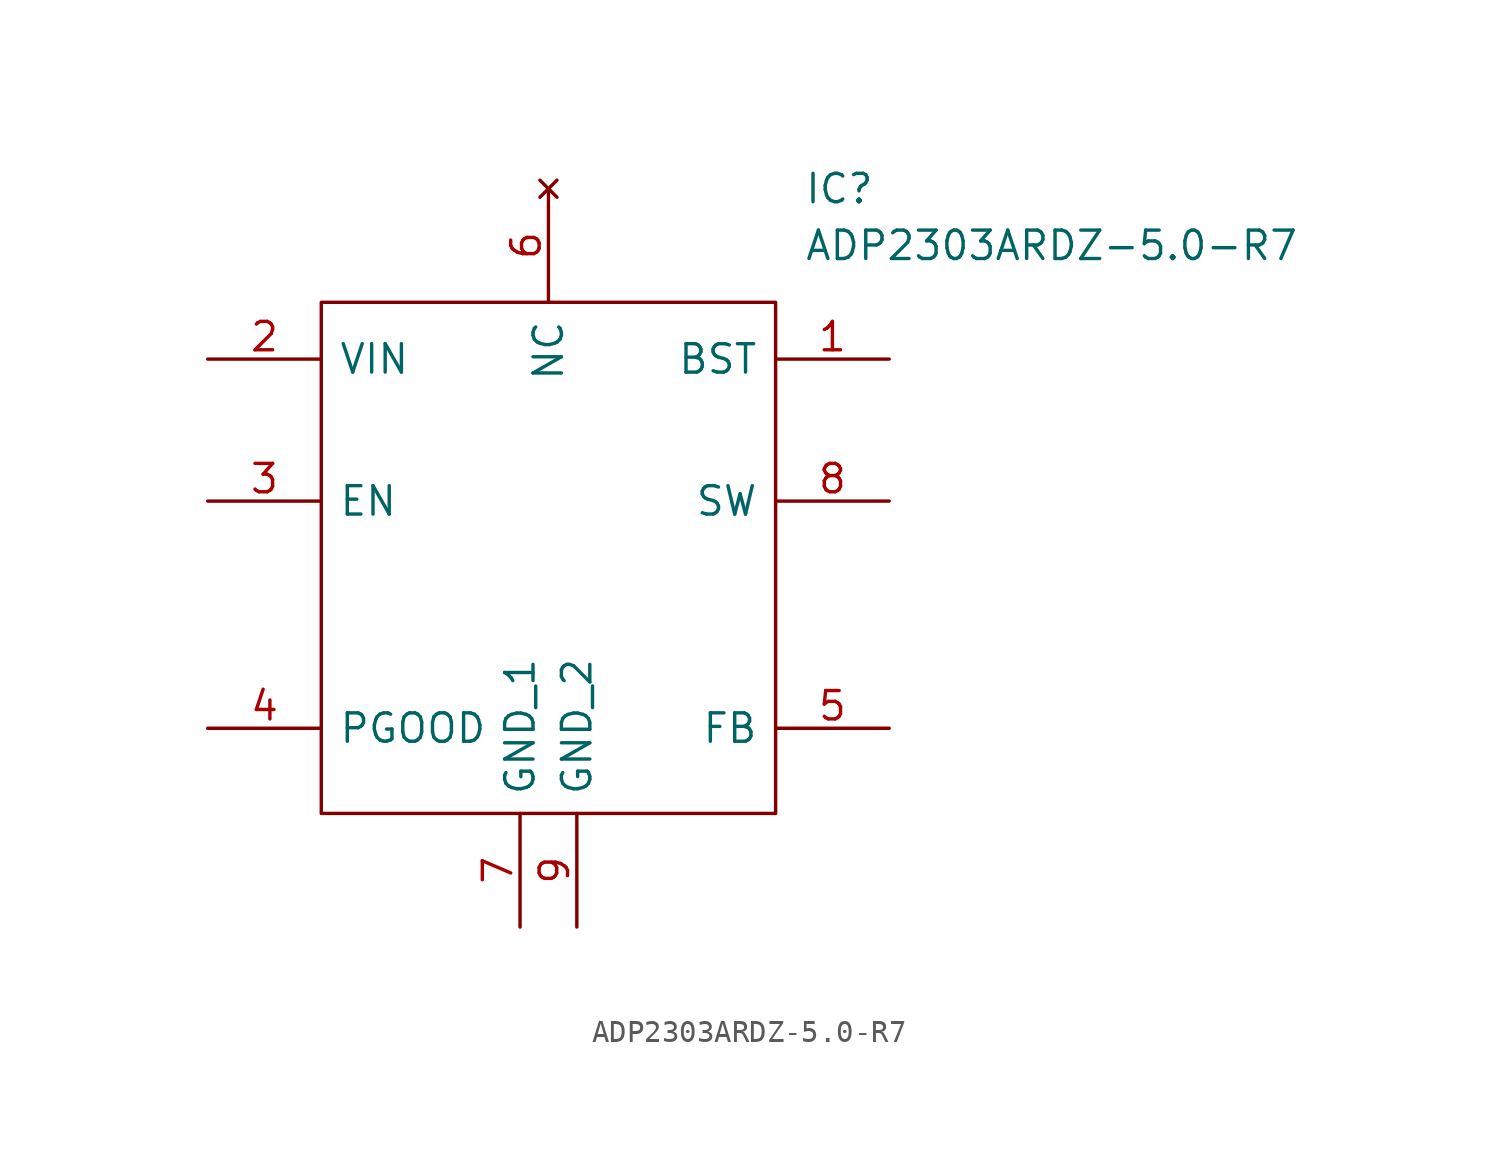
<source format=kicad_sym>
(kicad_symbol_lib
  (version 20211014)
  (generator kicad_symbol_editor)
  (symbol "ADP2303ARDZ-5.0-R7"
    (pin_names
      (offset 0.762))
    (property "Reference" "IC"
      (at 26.67 7.62 0)
      (effects (font (size 1.27 1.27)) (justify left)))
    (property "Value" "ADP2303ARDZ-5.0-R7"
      (at 26.67 5.08 0)
      (effects (font (size 1.27 1.27)) (justify left)))
    (symbol "ADP2303ARDZ-5.0-R7_0_0"
      (pin passive line (at 30.48 0 180) (length 5.08) (name "BST" (effects (font (size 1.27 1.27)))) (number "1" (effects (font (size 1.27 1.27)))))
      (pin passive line (at 0 0 0) (length 5.08) (name "VIN" (effects (font (size 1.27 1.27)))) (number "2" (effects (font (size 1.27 1.27)))))
      (pin passive line (at 0 -6.35 0) (length 5.08) (name "EN" (effects (font (size 1.27 1.27)))) (number "3" (effects (font (size 1.27 1.27)))))
      (pin passive line (at 0 -16.51 0) (length 5.08) (name "PGOOD" (effects (font (size 1.27 1.27)))) (number "4" (effects (font (size 1.27 1.27)))))
      (pin passive line (at 30.48 -16.51 180) (length 5.08) (name "FB" (effects (font (size 1.27 1.27)))) (number "5" (effects (font (size 1.27 1.27)))))
      (pin no_connect line (at 15.24 7.62 270) (length 5.08) (name "NC" (effects (font (size 1.27 1.27)))) (number "6" (effects (font (size 1.27 1.27)))))
      (pin passive line (at 13.97 -25.4 90) (length 5.08) (name "GND_1" (effects (font (size 1.27 1.27)))) (number "7" (effects (font (size 1.27 1.27)))))
      (pin passive line (at 30.48 -6.35 180) (length 5.08) (name "SW" (effects (font (size 1.27 1.27)))) (number "8" (effects (font (size 1.27 1.27)))))
      (pin passive line (at 16.51 -25.4 90) (length 5.08) (name "GND_2" (effects (font (size 1.27 1.27)))) (number "9" (effects (font (size 1.27 1.27))))))
    (symbol "ADP2303ARDZ-5.0-R7_0_1"
      (polyline (pts (xy 5.08 2.54) (xy 25.4 2.54) (xy 25.4 -20.32) (xy 5.08 -20.32) (xy 5.08 2.54)) (stroke (width 0.152) (type default) (color 0 0 0 0)) (fill (type none))))))
</source>
